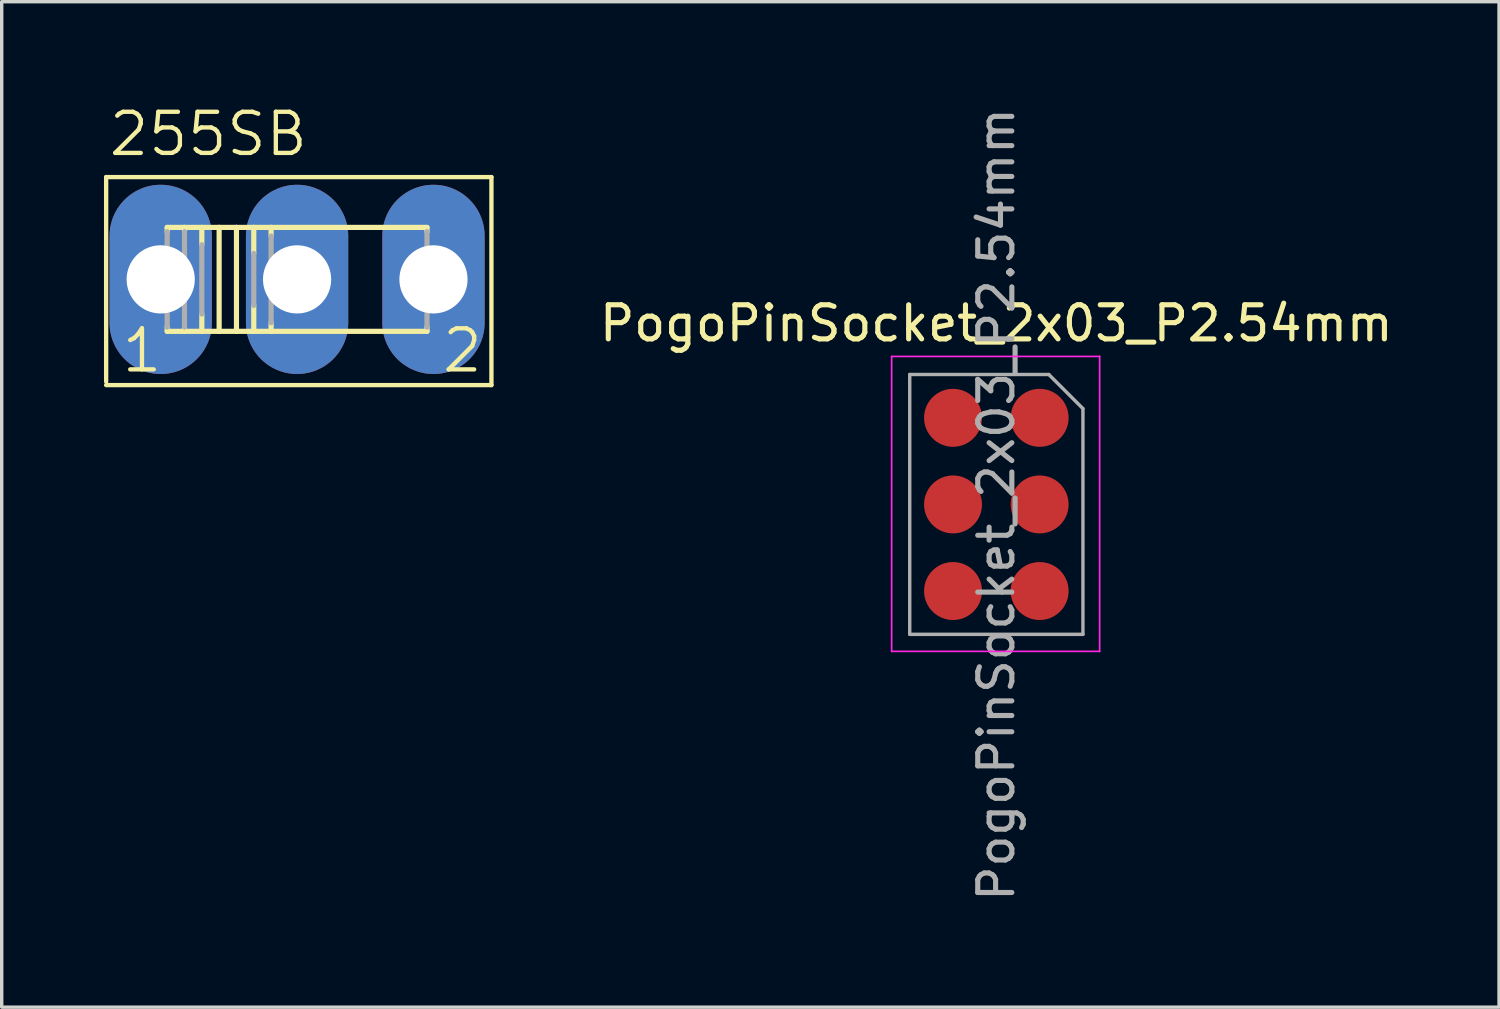
<source format=kicad_pcb>
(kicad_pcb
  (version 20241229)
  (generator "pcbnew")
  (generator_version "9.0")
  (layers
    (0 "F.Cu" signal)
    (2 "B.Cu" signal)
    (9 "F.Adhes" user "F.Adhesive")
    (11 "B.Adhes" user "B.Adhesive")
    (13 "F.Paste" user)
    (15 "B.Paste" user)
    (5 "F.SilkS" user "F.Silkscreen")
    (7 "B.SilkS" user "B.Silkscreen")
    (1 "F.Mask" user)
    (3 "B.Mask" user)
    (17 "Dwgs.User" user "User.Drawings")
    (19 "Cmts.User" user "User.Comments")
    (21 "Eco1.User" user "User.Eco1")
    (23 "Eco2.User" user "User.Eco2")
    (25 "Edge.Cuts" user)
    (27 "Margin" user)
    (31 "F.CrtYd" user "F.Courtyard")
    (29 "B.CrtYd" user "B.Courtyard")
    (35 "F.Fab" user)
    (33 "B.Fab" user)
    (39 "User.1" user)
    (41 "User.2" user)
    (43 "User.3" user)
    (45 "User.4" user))
  (footprint "255SB"
    (layer "F.Cu")
    (at 5.663 5.144)
    (property "Reference" "255SB" (at -5.588 -3.556 0) (layer "F.SilkS") (effects (font (size 1.206 1.206) (thickness 0.127)) (justify left bottom)))
    (attr through_hole)
    (fp_line (start -5.6 -3) (end -5.6 3) (stroke (width 0.127) (type solid)) (layer "F.SilkS"))
    (fp_line (start -5.6 3.1) (end 5.7 3.1) (stroke (width 0.127) (type solid)) (layer "F.SilkS"))
    (fp_line (start -3.81 -1.524) (end -3.81 -1.397) (stroke (width 0.152) (type solid)) (layer "F.SilkS"))
    (fp_line (start -3.81 -1.524) (end -3.302 -1.524) (stroke (width 0.152) (type solid)) (layer "F.SilkS"))
    (fp_line (start -3.81 1.397) (end -3.81 1.524) (stroke (width 0.152) (type solid)) (layer "F.SilkS"))
    (fp_line (start -3.302 -1.524) (end -3.302 -1.397) (stroke (width 0.152) (type solid)) (layer "F.SilkS"))
    (fp_line (start -3.302 -1.524) (end -2.794 -1.524) (stroke (width 0.152) (type solid)) (layer "F.SilkS"))
    (fp_line (start -3.302 1.397) (end -3.302 1.524) (stroke (width 0.152) (type solid)) (layer "F.SilkS"))
    (fp_line (start -3.302 1.524) (end -3.81 1.524) (stroke (width 0.152) (type solid)) (layer "F.SilkS"))
    (fp_line (start -2.794 -1.524) (end -2.794 -1.016) (stroke (width 0.152) (type solid)) (layer "F.SilkS"))
    (fp_line (start -2.794 -1.524) (end -2.286 -1.524) (stroke (width 0.152) (type solid)) (layer "F.SilkS"))
    (fp_line (start -2.794 1.016) (end -2.794 1.524) (stroke (width 0.152) (type solid)) (layer "F.SilkS"))
    (fp_line (start -2.794 1.524) (end -3.302 1.524) (stroke (width 0.152) (type solid)) (layer "F.SilkS"))
    (fp_line (start -2.286 -1.524) (end -2.286 1.524) (stroke (width 0.152) (type solid)) (layer "F.SilkS"))
    (fp_line (start -2.286 -1.524) (end -1.778 -1.524) (stroke (width 0.152) (type solid)) (layer "F.SilkS"))
    (fp_line (start -2.286 1.524) (end -2.794 1.524) (stroke (width 0.152) (type solid)) (layer "F.SilkS"))
    (fp_line (start -1.778 -1.524) (end -1.778 1.524) (stroke (width 0.152) (type solid)) (layer "F.SilkS"))
    (fp_line (start -1.778 -1.524) (end -1.27 -1.524) (stroke (width 0.152) (type solid)) (layer "F.SilkS"))
    (fp_line (start -1.778 1.524) (end -2.286 1.524) (stroke (width 0.152) (type solid)) (layer "F.SilkS"))
    (fp_line (start -1.27 -1.524) (end -1.27 -0.762) (stroke (width 0.152) (type solid)) (layer "F.SilkS"))
    (fp_line (start -1.27 -1.524) (end -0.762 -1.524) (stroke (width 0.152) (type solid)) (layer "F.SilkS"))
    (fp_line (start -1.27 1.524) (end -1.778 1.524) (stroke (width 0.152) (type solid)) (layer "F.SilkS"))
    (fp_line (start -1.27 1.524) (end -1.27 0.762) (stroke (width 0.152) (type solid)) (layer "F.SilkS"))
    (fp_line (start -0.762 -1.524) (end -0.762 -1.27) (stroke (width 0.152) (type solid)) (layer "F.SilkS"))
    (fp_line (start -0.762 -1.524) (end 3.81 -1.524) (stroke (width 0.152) (type solid)) (layer "F.SilkS"))
    (fp_line (start -0.762 1.27) (end -0.762 1.524) (stroke (width 0.152) (type solid)) (layer "F.SilkS"))
    (fp_line (start -0.762 1.524) (end -1.27 1.524) (stroke (width 0.152) (type solid)) (layer "F.SilkS"))
    (fp_line (start 3.81 -1.524) (end 3.81 -1.397) (stroke (width 0.152) (type solid)) (layer "F.SilkS"))
    (fp_line (start 3.81 1.524) (end -0.762 1.524) (stroke (width 0.152) (type solid)) (layer "F.SilkS"))
    (fp_line (start 3.81 1.524) (end 3.81 1.397) (stroke (width 0.152) (type solid)) (layer "F.SilkS"))
    (fp_line (start 5.7 -3) (end -5.6 -3) (stroke (width 0.127) (type solid)) (layer "F.SilkS"))
    (fp_line (start 5.7 3.1) (end 5.7 -3) (stroke (width 0.127) (type solid)) (layer "F.SilkS"))
    (fp_line (start -3.81 -1.397) (end -3.81 1.397) (stroke (width 0.152) (type solid)) (layer "F.Fab"))
    (fp_line (start -3.302 -1.397) (end -3.302 1.397) (stroke (width 0.152) (type solid)) (layer "F.Fab"))
    (fp_line (start -2.794 -1.016) (end -2.794 1.016) (stroke (width 0.152) (type solid)) (layer "F.Fab"))
    (fp_line (start -1.27 -0.762) (end -1.27 0.762) (stroke (width 0.152) (type solid)) (layer "F.Fab"))
    (fp_line (start -0.762 -1.27) (end -0.762 1.27) (stroke (width 0.152) (type solid)) (layer "F.Fab"))
    (fp_line (start 3.81 1.397) (end 3.81 -1.397) (stroke (width 0.152) (type solid)) (layer "F.Fab"))
    (fp_text user "2" (at 4.191 2.794 0) (layer "F.SilkS") (effects (font (size 1.206 1.206) (thickness 0.127)) (justify left bottom)))
    (fp_text user "1" (at -5.207 2.794 0) (layer "F.SilkS") (effects (font (size 1.206 1.206) (thickness 0.127)) (justify left bottom)))
    (pad "P$1" thru_hole oval (at 0 0 90) (size 5.55 3) (drill 2) (layers "*.Cu" "*.Mask"))
    (pad "P$2" thru_hole oval (at 4 0 90) (size 5.55 3) (drill 2) (layers "*.Cu" "*.Mask"))
    (pad "P$3" thru_hole oval (at -4 0 90) (size 5.55 3) (drill 2) (layers "*.Cu" "*.Mask")))
  (footprint "PogoPinSocket_2x03_P2.54mm"
    (layer "F.Cu")
    (at 27.441 9.204)
    (property "Reference" "PogoPinSocket_2x03_P2.54mm" (at -1.27 -2.77 0) (layer "F.SilkS") (effects (font (size 1 1) (thickness 0.15))))
    (attr through_hole)
    (fp_line (start -4.34 -1.8) (end 1.76 -1.8) (stroke (width 0.05) (type solid)) (layer "F.CrtYd"))
    (fp_line (start -4.34 6.85) (end -4.34 -1.8) (stroke (width 0.05) (type solid)) (layer "F.CrtYd"))
    (fp_line (start 1.76 -1.8) (end 1.76 6.85) (stroke (width 0.05) (type solid)) (layer "F.CrtYd"))
    (fp_line (start 1.76 6.85) (end -4.34 6.85) (stroke (width 0.05) (type solid)) (layer "F.CrtYd"))
    (fp_line (start -3.81 -1.27) (end 0.27 -1.27) (stroke (width 0.1) (type solid)) (layer "F.Fab"))
    (fp_line (start -3.81 6.35) (end -3.81 -1.27) (stroke (width 0.1) (type solid)) (layer "F.Fab"))
    (fp_line (start 0.27 -1.27) (end 1.27 -0.27) (stroke (width 0.1) (type solid)) (layer "F.Fab"))
    (fp_line (start 1.27 -0.27) (end 1.27 6.35) (stroke (width 0.1) (type solid)) (layer "F.Fab"))
    (fp_line (start 1.27 6.35) (end -3.81 6.35) (stroke (width 0.1) (type solid)) (layer "F.Fab"))
    (fp_text user "${REFERENCE}" (at -1.27 2.54 90) (layer "F.Fab") (effects (font (size 1 1) (thickness 0.15))))
    (pad "1" smd circle (at 0 0) (size 1.7 1.7) (layers "F.Cu" "F.Mask" "F.Paste"))
    (pad "2" smd oval (at -2.54 0) (size 1.7 1.7) (layers "F.Cu" "F.Mask" "F.Paste"))
    (pad "3" smd circle (at 0 2.54) (size 1.7 1.7) (layers "F.Cu" "F.Mask" "F.Paste"))
    (pad "4" smd oval (at -2.54 2.54) (size 1.7 1.7) (layers "F.Cu" "F.Mask" "F.Paste"))
    (pad "5" smd oval (at 0 5.08) (size 1.7 1.7) (layers "F.Cu" "F.Mask" "F.Paste"))
    (pad "6" smd oval (at -2.54 5.08) (size 1.7 1.7) (layers "F.Cu" "F.Mask" "F.Paste")))
  (gr_rect
    (start -3 -3)
    (end 40.915 26.488)
    (stroke (width 0.1) (type default))
    (fill no)
    (layer "Edge.Cuts")))
</source>
